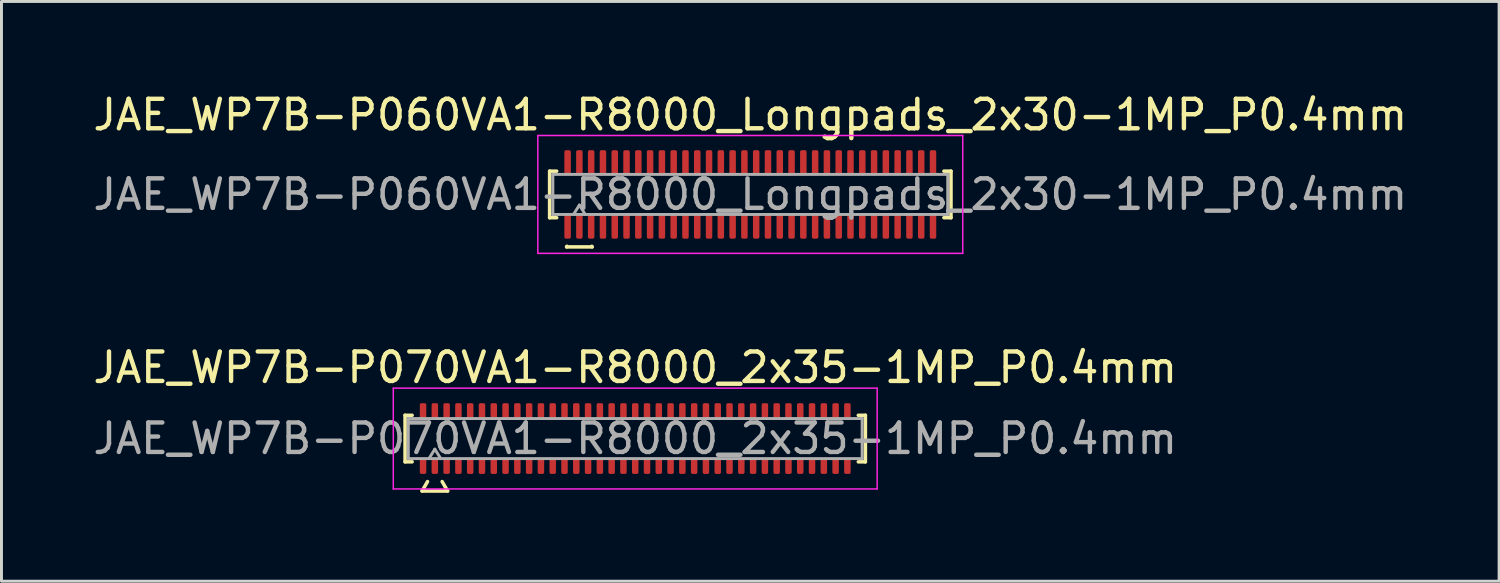
<source format=kicad_pcb>
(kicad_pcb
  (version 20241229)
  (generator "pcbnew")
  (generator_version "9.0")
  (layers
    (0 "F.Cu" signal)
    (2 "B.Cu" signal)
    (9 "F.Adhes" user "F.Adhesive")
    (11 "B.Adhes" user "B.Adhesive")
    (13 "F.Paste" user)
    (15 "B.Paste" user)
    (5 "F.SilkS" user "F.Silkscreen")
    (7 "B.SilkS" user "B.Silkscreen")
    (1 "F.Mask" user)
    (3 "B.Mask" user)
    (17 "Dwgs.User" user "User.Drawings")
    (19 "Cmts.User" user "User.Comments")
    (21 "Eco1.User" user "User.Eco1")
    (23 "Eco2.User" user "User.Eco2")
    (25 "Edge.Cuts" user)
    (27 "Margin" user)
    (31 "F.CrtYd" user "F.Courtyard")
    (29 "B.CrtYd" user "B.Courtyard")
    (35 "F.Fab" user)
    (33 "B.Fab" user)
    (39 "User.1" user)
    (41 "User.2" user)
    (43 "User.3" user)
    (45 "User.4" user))
  (footprint "JAE_WP7B-P070VA1-R8000_2x35-1MP_P0.4mm"
    (layer "F.Cu")
    (at 18.506 11.832)
    (property "Reference" "JAE_WP7B-P070VA1-R8000_2x35-1MP_P0.4mm" (at 0 -2.41 0) (layer "F.SilkS") (effects (font (size 1 1) (thickness 0.15))))
    (attr smd)
    (fp_line (start -7.81 -0.79) (end -7.57 -0.79) (stroke (width 0.12) (type solid)) (layer "F.SilkS"))
    (fp_line (start -7.81 0.79) (end -7.81 -0.79) (stroke (width 0.12) (type solid)) (layer "F.SilkS"))
    (fp_line (start -7.57 0.79) (end -7.81 0.79) (stroke (width 0.12) (type solid)) (layer "F.SilkS"))
    (fp_line (start -7.233 1.78) (end -7.048 1.46) (stroke (width 0.12) (type solid)) (layer "F.SilkS"))
    (fp_line (start -6.552 1.46) (end -6.367 1.78) (stroke (width 0.12) (type solid)) (layer "F.SilkS"))
    (fp_line (start -6.367 1.78) (end -7.233 1.78) (stroke (width 0.12) (type solid)) (layer "F.SilkS"))
    (fp_line (start 7.57 -0.79) (end 7.81 -0.79) (stroke (width 0.12) (type solid)) (layer "F.SilkS"))
    (fp_line (start 7.81 -0.79) (end 7.81 0.79) (stroke (width 0.12) (type solid)) (layer "F.SilkS"))
    (fp_line (start 7.81 0.79) (end 7.57 0.79) (stroke (width 0.12) (type solid)) (layer "F.SilkS"))
    (fp_line (start -8.21 -1.71) (end -8.21 1.71) (stroke (width 0.05) (type solid)) (layer "F.CrtYd"))
    (fp_line (start -8.21 1.71) (end 8.21 1.71) (stroke (width 0.05) (type solid)) (layer "F.CrtYd"))
    (fp_line (start 8.21 -1.71) (end -8.21 -1.71) (stroke (width 0.05) (type solid)) (layer "F.CrtYd"))
    (fp_line (start 8.21 1.71) (end 8.21 -1.71) (stroke (width 0.05) (type solid)) (layer "F.CrtYd"))
    (fp_line (start -7.7 -0.68) (end 7.7 -0.68) (stroke (width 0.1) (type solid)) (layer "F.Fab"))
    (fp_line (start -7.7 0.68) (end -7.7 -0.68) (stroke (width 0.1) (type solid)) (layer "F.Fab"))
    (fp_line (start -7 0.68) (end -6.8 0.36) (stroke (width 0.1) (type solid)) (layer "F.Fab"))
    (fp_line (start -6.8 0.36) (end -6.6 0.68) (stroke (width 0.1) (type solid)) (layer "F.Fab"))
    (fp_line (start 7.7 -0.68) (end 7.7 0.68) (stroke (width 0.1) (type solid)) (layer "F.Fab"))
    (fp_line (start 7.7 0.68) (end -7.7 0.68) (stroke (width 0.1) (type solid)) (layer "F.Fab"))
    (fp_text user "${REFERENCE}" (at 0 0 0) (layer "F.Fab") (effects (font (size 1 1) (thickness 0.15))))
    (pad "1" smd roundrect (at -6.8 0.925) (size 0.22 0.55) (layers "F.Cu" "F.Mask" "F.Paste") (roundrect_rratio 0.25))
    (pad "2" smd roundrect (at -6.8 -0.925) (size 0.22 0.55) (layers "F.Cu" "F.Mask" "F.Paste") (roundrect_rratio 0.25))
    (pad "3" smd roundrect (at -6.4 0.925) (size 0.22 0.55) (layers "F.Cu" "F.Mask" "F.Paste") (roundrect_rratio 0.25))
    (pad "4" smd roundrect (at -6.4 -0.925) (size 0.22 0.55) (layers "F.Cu" "F.Mask" "F.Paste") (roundrect_rratio 0.25))
    (pad "5" smd roundrect (at -6 0.925) (size 0.22 0.55) (layers "F.Cu" "F.Mask" "F.Paste") (roundrect_rratio 0.25))
    (pad "6" smd roundrect (at -6 -0.925) (size 0.22 0.55) (layers "F.Cu" "F.Mask" "F.Paste") (roundrect_rratio 0.25))
    (pad "7" smd roundrect (at -5.6 0.925) (size 0.22 0.55) (layers "F.Cu" "F.Mask" "F.Paste") (roundrect_rratio 0.25))
    (pad "8" smd roundrect (at -5.6 -0.925) (size 0.22 0.55) (layers "F.Cu" "F.Mask" "F.Paste") (roundrect_rratio 0.25))
    (pad "9" smd roundrect (at -5.2 0.925) (size 0.22 0.55) (layers "F.Cu" "F.Mask" "F.Paste") (roundrect_rratio 0.25))
    (pad "10" smd roundrect (at -5.2 -0.925) (size 0.22 0.55) (layers "F.Cu" "F.Mask" "F.Paste") (roundrect_rratio 0.25))
    (pad "11" smd roundrect (at -4.8 0.925) (size 0.22 0.55) (layers "F.Cu" "F.Mask" "F.Paste") (roundrect_rratio 0.25))
    (pad "12" smd roundrect (at -4.8 -0.925) (size 0.22 0.55) (layers "F.Cu" "F.Mask" "F.Paste") (roundrect_rratio 0.25))
    (pad "13" smd roundrect (at -4.4 0.925) (size 0.22 0.55) (layers "F.Cu" "F.Mask" "F.Paste") (roundrect_rratio 0.25))
    (pad "14" smd roundrect (at -4.4 -0.925) (size 0.22 0.55) (layers "F.Cu" "F.Mask" "F.Paste") (roundrect_rratio 0.25))
    (pad "15" smd roundrect (at -4 0.925) (size 0.22 0.55) (layers "F.Cu" "F.Mask" "F.Paste") (roundrect_rratio 0.25))
    (pad "16" smd roundrect (at -4 -0.925) (size 0.22 0.55) (layers "F.Cu" "F.Mask" "F.Paste") (roundrect_rratio 0.25))
    (pad "17" smd roundrect (at -3.6 0.925) (size 0.22 0.55) (layers "F.Cu" "F.Mask" "F.Paste") (roundrect_rratio 0.25))
    (pad "18" smd roundrect (at -3.6 -0.925) (size 0.22 0.55) (layers "F.Cu" "F.Mask" "F.Paste") (roundrect_rratio 0.25))
    (pad "19" smd roundrect (at -3.2 0.925) (size 0.22 0.55) (layers "F.Cu" "F.Mask" "F.Paste") (roundrect_rratio 0.25))
    (pad "20" smd roundrect (at -3.2 -0.925) (size 0.22 0.55) (layers "F.Cu" "F.Mask" "F.Paste") (roundrect_rratio 0.25))
    (pad "21" smd roundrect (at -2.8 0.925) (size 0.22 0.55) (layers "F.Cu" "F.Mask" "F.Paste") (roundrect_rratio 0.25))
    (pad "22" smd roundrect (at -2.8 -0.925) (size 0.22 0.55) (layers "F.Cu" "F.Mask" "F.Paste") (roundrect_rratio 0.25))
    (pad "23" smd roundrect (at -2.4 0.925) (size 0.22 0.55) (layers "F.Cu" "F.Mask" "F.Paste") (roundrect_rratio 0.25))
    (pad "24" smd roundrect (at -2.4 -0.925) (size 0.22 0.55) (layers "F.Cu" "F.Mask" "F.Paste") (roundrect_rratio 0.25))
    (pad "25" smd roundrect (at -2 0.925) (size 0.22 0.55) (layers "F.Cu" "F.Mask" "F.Paste") (roundrect_rratio 0.25))
    (pad "26" smd roundrect (at -2 -0.925) (size 0.22 0.55) (layers "F.Cu" "F.Mask" "F.Paste") (roundrect_rratio 0.25))
    (pad "27" smd roundrect (at -1.6 0.925) (size 0.22 0.55) (layers "F.Cu" "F.Mask" "F.Paste") (roundrect_rratio 0.25))
    (pad "28" smd roundrect (at -1.6 -0.925) (size 0.22 0.55) (layers "F.Cu" "F.Mask" "F.Paste") (roundrect_rratio 0.25))
    (pad "29" smd roundrect (at -1.2 0.925) (size 0.22 0.55) (layers "F.Cu" "F.Mask" "F.Paste") (roundrect_rratio 0.25))
    (pad "30" smd roundrect (at -1.2 -0.925) (size 0.22 0.55) (layers "F.Cu" "F.Mask" "F.Paste") (roundrect_rratio 0.25))
    (pad "31" smd roundrect (at -0.8 0.925) (size 0.22 0.55) (layers "F.Cu" "F.Mask" "F.Paste") (roundrect_rratio 0.25))
    (pad "32" smd roundrect (at -0.8 -0.925) (size 0.22 0.55) (layers "F.Cu" "F.Mask" "F.Paste") (roundrect_rratio 0.25))
    (pad "33" smd roundrect (at -0.4 0.925) (size 0.22 0.55) (layers "F.Cu" "F.Mask" "F.Paste") (roundrect_rratio 0.25))
    (pad "34" smd roundrect (at -0.4 -0.925) (size 0.22 0.55) (layers "F.Cu" "F.Mask" "F.Paste") (roundrect_rratio 0.25))
    (pad "35" smd roundrect (at 0 0.925) (size 0.22 0.55) (layers "F.Cu" "F.Mask" "F.Paste") (roundrect_rratio 0.25))
    (pad "36" smd roundrect (at 0 -0.925) (size 0.22 0.55) (layers "F.Cu" "F.Mask" "F.Paste") (roundrect_rratio 0.25))
    (pad "37" smd roundrect (at 0.4 0.925) (size 0.22 0.55) (layers "F.Cu" "F.Mask" "F.Paste") (roundrect_rratio 0.25))
    (pad "38" smd roundrect (at 0.4 -0.925) (size 0.22 0.55) (layers "F.Cu" "F.Mask" "F.Paste") (roundrect_rratio 0.25))
    (pad "39" smd roundrect (at 0.8 0.925) (size 0.22 0.55) (layers "F.Cu" "F.Mask" "F.Paste") (roundrect_rratio 0.25))
    (pad "40" smd roundrect (at 0.8 -0.925) (size 0.22 0.55) (layers "F.Cu" "F.Mask" "F.Paste") (roundrect_rratio 0.25))
    (pad "41" smd roundrect (at 1.2 0.925) (size 0.22 0.55) (layers "F.Cu" "F.Mask" "F.Paste") (roundrect_rratio 0.25))
    (pad "42" smd roundrect (at 1.2 -0.925) (size 0.22 0.55) (layers "F.Cu" "F.Mask" "F.Paste") (roundrect_rratio 0.25))
    (pad "43" smd roundrect (at 1.6 0.925) (size 0.22 0.55) (layers "F.Cu" "F.Mask" "F.Paste") (roundrect_rratio 0.25))
    (pad "44" smd roundrect (at 1.6 -0.925) (size 0.22 0.55) (layers "F.Cu" "F.Mask" "F.Paste") (roundrect_rratio 0.25))
    (pad "45" smd roundrect (at 2 0.925) (size 0.22 0.55) (layers "F.Cu" "F.Mask" "F.Paste") (roundrect_rratio 0.25))
    (pad "46" smd roundrect (at 2 -0.925) (size 0.22 0.55) (layers "F.Cu" "F.Mask" "F.Paste") (roundrect_rratio 0.25))
    (pad "47" smd roundrect (at 2.4 0.925) (size 0.22 0.55) (layers "F.Cu" "F.Mask" "F.Paste") (roundrect_rratio 0.25))
    (pad "48" smd roundrect (at 2.4 -0.925) (size 0.22 0.55) (layers "F.Cu" "F.Mask" "F.Paste") (roundrect_rratio 0.25))
    (pad "49" smd roundrect (at 2.8 0.925) (size 0.22 0.55) (layers "F.Cu" "F.Mask" "F.Paste") (roundrect_rratio 0.25))
    (pad "50" smd roundrect (at 2.8 -0.925) (size 0.22 0.55) (layers "F.Cu" "F.Mask" "F.Paste") (roundrect_rratio 0.25))
    (pad "51" smd roundrect (at 3.2 0.925) (size 0.22 0.55) (layers "F.Cu" "F.Mask" "F.Paste") (roundrect_rratio 0.25))
    (pad "52" smd roundrect (at 3.2 -0.925) (size 0.22 0.55) (layers "F.Cu" "F.Mask" "F.Paste") (roundrect_rratio 0.25))
    (pad "53" smd roundrect (at 3.6 0.925) (size 0.22 0.55) (layers "F.Cu" "F.Mask" "F.Paste") (roundrect_rratio 0.25))
    (pad "54" smd roundrect (at 3.6 -0.925) (size 0.22 0.55) (layers "F.Cu" "F.Mask" "F.Paste") (roundrect_rratio 0.25))
    (pad "55" smd roundrect (at 4 0.925) (size 0.22 0.55) (layers "F.Cu" "F.Mask" "F.Paste") (roundrect_rratio 0.25))
    (pad "56" smd roundrect (at 4 -0.925) (size 0.22 0.55) (layers "F.Cu" "F.Mask" "F.Paste") (roundrect_rratio 0.25))
    (pad "57" smd roundrect (at 4.4 0.925) (size 0.22 0.55) (layers "F.Cu" "F.Mask" "F.Paste") (roundrect_rratio 0.25))
    (pad "58" smd roundrect (at 4.4 -0.925) (size 0.22 0.55) (layers "F.Cu" "F.Mask" "F.Paste") (roundrect_rratio 0.25))
    (pad "59" smd roundrect (at 4.8 0.925) (size 0.22 0.55) (layers "F.Cu" "F.Mask" "F.Paste") (roundrect_rratio 0.25))
    (pad "60" smd roundrect (at 4.8 -0.925) (size 0.22 0.55) (layers "F.Cu" "F.Mask" "F.Paste") (roundrect_rratio 0.25))
    (pad "61" smd roundrect (at 5.2 0.925) (size 0.22 0.55) (layers "F.Cu" "F.Mask" "F.Paste") (roundrect_rratio 0.25))
    (pad "62" smd roundrect (at 5.2 -0.925) (size 0.22 0.55) (layers "F.Cu" "F.Mask" "F.Paste") (roundrect_rratio 0.25))
    (pad "63" smd roundrect (at 5.6 0.925) (size 0.22 0.55) (layers "F.Cu" "F.Mask" "F.Paste") (roundrect_rratio 0.25))
    (pad "64" smd roundrect (at 5.6 -0.925) (size 0.22 0.55) (layers "F.Cu" "F.Mask" "F.Paste") (roundrect_rratio 0.25))
    (pad "65" smd roundrect (at 6 0.925) (size 0.22 0.55) (layers "F.Cu" "F.Mask" "F.Paste") (roundrect_rratio 0.25))
    (pad "66" smd roundrect (at 6 -0.925) (size 0.22 0.55) (layers "F.Cu" "F.Mask" "F.Paste") (roundrect_rratio 0.25))
    (pad "67" smd roundrect (at 6.4 0.925) (size 0.22 0.55) (layers "F.Cu" "F.Mask" "F.Paste") (roundrect_rratio 0.25))
    (pad "68" smd roundrect (at 6.4 -0.925) (size 0.22 0.55) (layers "F.Cu" "F.Mask" "F.Paste") (roundrect_rratio 0.25))
    (pad "69" smd roundrect (at 6.8 0.925) (size 0.22 0.55) (layers "F.Cu" "F.Mask" "F.Paste") (roundrect_rratio 0.25))
    (pad "70" smd roundrect (at 6.8 -0.925) (size 0.22 0.55) (layers "F.Cu" "F.Mask" "F.Paste") (roundrect_rratio 0.25))
    (pad "MP" smd roundrect (at -7.2 -0.925) (size 0.22 0.55) (layers "F.Cu" "F.Mask" "F.Paste") (roundrect_rratio 0.25))
    (pad "MP" smd roundrect (at -7.2 0.925) (size 0.22 0.55) (layers "F.Cu" "F.Mask" "F.Paste") (roundrect_rratio 0.25))
    (pad "MP" smd roundrect (at 7.2 -0.925) (size 0.22 0.55) (layers "F.Cu" "F.Mask" "F.Paste") (roundrect_rratio 0.25))
    (pad "MP" smd roundrect (at 7.2 0.925) (size 0.22 0.55) (layers "F.Cu" "F.Mask" "F.Paste") (roundrect_rratio 0.25)))
  (footprint "JAE_WP7B-P060VA1-R8000_Longpads_2x30-1MP_P0.4mm"
    (layer "F.Cu")
    (at 22.411 3.548)
    (property "Reference" "JAE_WP7B-P060VA1-R8000_Longpads_2x30-1MP_P0.4mm" (at 0 -2.7 0) (layer "F.SilkS") (effects (font (size 1 1) (thickness 0.15))))
    (attr smd)
    (fp_line (start -6.81 -0.79) (end -6.57 -0.79) (stroke (width 0.12) (type solid)) (layer "F.SilkS"))
    (fp_line (start -6.81 0.79) (end -6.81 -0.79) (stroke (width 0.12) (type solid)) (layer "F.SilkS"))
    (fp_line (start -6.57 0.79) (end -6.81 0.79) (stroke (width 0.12) (type solid)) (layer "F.SilkS"))
    (fp_line (start -6.233 1.78) (end -6.221 1.76) (stroke (width 0.12) (type solid)) (layer "F.SilkS"))
    (fp_line (start -5.379 1.76) (end -5.367 1.78) (stroke (width 0.12) (type solid)) (layer "F.SilkS"))
    (fp_line (start -5.367 1.78) (end -6.233 1.78) (stroke (width 0.12) (type solid)) (layer "F.SilkS"))
    (fp_line (start 6.57 -0.79) (end 6.81 -0.79) (stroke (width 0.12) (type solid)) (layer "F.SilkS"))
    (fp_line (start 6.81 -0.79) (end 6.81 0.79) (stroke (width 0.12) (type solid)) (layer "F.SilkS"))
    (fp_line (start 6.81 0.79) (end 6.57 0.79) (stroke (width 0.12) (type solid)) (layer "F.SilkS"))
    (fp_line (start -7.21 -2) (end -7.21 2) (stroke (width 0.05) (type solid)) (layer "F.CrtYd"))
    (fp_line (start -7.21 2) (end 7.21 2) (stroke (width 0.05) (type solid)) (layer "F.CrtYd"))
    (fp_line (start 7.21 -2) (end -7.21 -2) (stroke (width 0.05) (type solid)) (layer "F.CrtYd"))
    (fp_line (start 7.21 2) (end 7.21 -2) (stroke (width 0.05) (type solid)) (layer "F.CrtYd"))
    (fp_line (start -6.7 -0.68) (end 6.7 -0.68) (stroke (width 0.1) (type solid)) (layer "F.Fab"))
    (fp_line (start -6.7 0.68) (end -6.7 -0.68) (stroke (width 0.1) (type solid)) (layer "F.Fab"))
    (fp_line (start -6 0.68) (end -5.8 0.36) (stroke (width 0.1) (type solid)) (layer "F.Fab"))
    (fp_line (start -5.8 0.36) (end -5.6 0.68) (stroke (width 0.1) (type solid)) (layer "F.Fab"))
    (fp_line (start 6.7 -0.68) (end 6.7 0.68) (stroke (width 0.1) (type solid)) (layer "F.Fab"))
    (fp_line (start 6.7 0.68) (end -6.7 0.68) (stroke (width 0.1) (type solid)) (layer "F.Fab"))
    (fp_text user "${REFERENCE}" (at 0 0 0) (layer "F.Fab") (effects (font (size 1 1) (thickness 0.15))))
    (pad "1" smd roundrect (at -5.8 1.075) (size 0.22 0.85) (layers "F.Cu" "F.Mask" "F.Paste") (roundrect_rratio 0.25))
    (pad "2" smd roundrect (at -5.8 -1.075) (size 0.22 0.85) (layers "F.Cu" "F.Mask" "F.Paste") (roundrect_rratio 0.25))
    (pad "3" smd roundrect (at -5.4 1.075) (size 0.22 0.85) (layers "F.Cu" "F.Mask" "F.Paste") (roundrect_rratio 0.25))
    (pad "4" smd roundrect (at -5.4 -1.075) (size 0.22 0.85) (layers "F.Cu" "F.Mask" "F.Paste") (roundrect_rratio 0.25))
    (pad "5" smd roundrect (at -5 1.075) (size 0.22 0.85) (layers "F.Cu" "F.Mask" "F.Paste") (roundrect_rratio 0.25))
    (pad "6" smd roundrect (at -5 -1.075) (size 0.22 0.85) (layers "F.Cu" "F.Mask" "F.Paste") (roundrect_rratio 0.25))
    (pad "7" smd roundrect (at -4.6 1.075) (size 0.22 0.85) (layers "F.Cu" "F.Mask" "F.Paste") (roundrect_rratio 0.25))
    (pad "8" smd roundrect (at -4.6 -1.075) (size 0.22 0.85) (layers "F.Cu" "F.Mask" "F.Paste") (roundrect_rratio 0.25))
    (pad "9" smd roundrect (at -4.2 1.075) (size 0.22 0.85) (layers "F.Cu" "F.Mask" "F.Paste") (roundrect_rratio 0.25))
    (pad "10" smd roundrect (at -4.2 -1.075) (size 0.22 0.85) (layers "F.Cu" "F.Mask" "F.Paste") (roundrect_rratio 0.25))
    (pad "11" smd roundrect (at -3.8 1.075) (size 0.22 0.85) (layers "F.Cu" "F.Mask" "F.Paste") (roundrect_rratio 0.25))
    (pad "12" smd roundrect (at -3.8 -1.075) (size 0.22 0.85) (layers "F.Cu" "F.Mask" "F.Paste") (roundrect_rratio 0.25))
    (pad "13" smd roundrect (at -3.4 1.075) (size 0.22 0.85) (layers "F.Cu" "F.Mask" "F.Paste") (roundrect_rratio 0.25))
    (pad "14" smd roundrect (at -3.4 -1.075) (size 0.22 0.85) (layers "F.Cu" "F.Mask" "F.Paste") (roundrect_rratio 0.25))
    (pad "15" smd roundrect (at -3 1.075) (size 0.22 0.85) (layers "F.Cu" "F.Mask" "F.Paste") (roundrect_rratio 0.25))
    (pad "16" smd roundrect (at -3 -1.075) (size 0.22 0.85) (layers "F.Cu" "F.Mask" "F.Paste") (roundrect_rratio 0.25))
    (pad "17" smd roundrect (at -2.6 1.075) (size 0.22 0.85) (layers "F.Cu" "F.Mask" "F.Paste") (roundrect_rratio 0.25))
    (pad "18" smd roundrect (at -2.6 -1.075) (size 0.22 0.85) (layers "F.Cu" "F.Mask" "F.Paste") (roundrect_rratio 0.25))
    (pad "19" smd roundrect (at -2.2 1.075) (size 0.22 0.85) (layers "F.Cu" "F.Mask" "F.Paste") (roundrect_rratio 0.25))
    (pad "20" smd roundrect (at -2.2 -1.075) (size 0.22 0.85) (layers "F.Cu" "F.Mask" "F.Paste") (roundrect_rratio 0.25))
    (pad "21" smd roundrect (at -1.8 1.075) (size 0.22 0.85) (layers "F.Cu" "F.Mask" "F.Paste") (roundrect_rratio 0.25))
    (pad "22" smd roundrect (at -1.8 -1.075) (size 0.22 0.85) (layers "F.Cu" "F.Mask" "F.Paste") (roundrect_rratio 0.25))
    (pad "23" smd roundrect (at -1.4 1.075) (size 0.22 0.85) (layers "F.Cu" "F.Mask" "F.Paste") (roundrect_rratio 0.25))
    (pad "24" smd roundrect (at -1.4 -1.075) (size 0.22 0.85) (layers "F.Cu" "F.Mask" "F.Paste") (roundrect_rratio 0.25))
    (pad "25" smd roundrect (at -1 1.075) (size 0.22 0.85) (layers "F.Cu" "F.Mask" "F.Paste") (roundrect_rratio 0.25))
    (pad "26" smd roundrect (at -1 -1.075) (size 0.22 0.85) (layers "F.Cu" "F.Mask" "F.Paste") (roundrect_rratio 0.25))
    (pad "27" smd roundrect (at -0.6 1.075) (size 0.22 0.85) (layers "F.Cu" "F.Mask" "F.Paste") (roundrect_rratio 0.25))
    (pad "28" smd roundrect (at -0.6 -1.075) (size 0.22 0.85) (layers "F.Cu" "F.Mask" "F.Paste") (roundrect_rratio 0.25))
    (pad "29" smd roundrect (at -0.2 1.075) (size 0.22 0.85) (layers "F.Cu" "F.Mask" "F.Paste") (roundrect_rratio 0.25))
    (pad "30" smd roundrect (at -0.2 -1.075) (size 0.22 0.85) (layers "F.Cu" "F.Mask" "F.Paste") (roundrect_rratio 0.25))
    (pad "31" smd roundrect (at 0.2 1.075) (size 0.22 0.85) (layers "F.Cu" "F.Mask" "F.Paste") (roundrect_rratio 0.25))
    (pad "32" smd roundrect (at 0.2 -1.075) (size 0.22 0.85) (layers "F.Cu" "F.Mask" "F.Paste") (roundrect_rratio 0.25))
    (pad "33" smd roundrect (at 0.6 1.075) (size 0.22 0.85) (layers "F.Cu" "F.Mask" "F.Paste") (roundrect_rratio 0.25))
    (pad "34" smd roundrect (at 0.6 -1.075) (size 0.22 0.85) (layers "F.Cu" "F.Mask" "F.Paste") (roundrect_rratio 0.25))
    (pad "35" smd roundrect (at 1 1.075) (size 0.22 0.85) (layers "F.Cu" "F.Mask" "F.Paste") (roundrect_rratio 0.25))
    (pad "36" smd roundrect (at 1 -1.075) (size 0.22 0.85) (layers "F.Cu" "F.Mask" "F.Paste") (roundrect_rratio 0.25))
    (pad "37" smd roundrect (at 1.4 1.075) (size 0.22 0.85) (layers "F.Cu" "F.Mask" "F.Paste") (roundrect_rratio 0.25))
    (pad "38" smd roundrect (at 1.4 -1.075) (size 0.22 0.85) (layers "F.Cu" "F.Mask" "F.Paste") (roundrect_rratio 0.25))
    (pad "39" smd roundrect (at 1.8 1.075) (size 0.22 0.85) (layers "F.Cu" "F.Mask" "F.Paste") (roundrect_rratio 0.25))
    (pad "40" smd roundrect (at 1.8 -1.075) (size 0.22 0.85) (layers "F.Cu" "F.Mask" "F.Paste") (roundrect_rratio 0.25))
    (pad "41" smd roundrect (at 2.2 1.075) (size 0.22 0.85) (layers "F.Cu" "F.Mask" "F.Paste") (roundrect_rratio 0.25))
    (pad "42" smd roundrect (at 2.2 -1.075) (size 0.22 0.85) (layers "F.Cu" "F.Mask" "F.Paste") (roundrect_rratio 0.25))
    (pad "43" smd roundrect (at 2.6 1.075) (size 0.22 0.85) (layers "F.Cu" "F.Mask" "F.Paste") (roundrect_rratio 0.25))
    (pad "44" smd roundrect (at 2.6 -1.075) (size 0.22 0.85) (layers "F.Cu" "F.Mask" "F.Paste") (roundrect_rratio 0.25))
    (pad "45" smd roundrect (at 3 1.075) (size 0.22 0.85) (layers "F.Cu" "F.Mask" "F.Paste") (roundrect_rratio 0.25))
    (pad "46" smd roundrect (at 3 -1.075) (size 0.22 0.85) (layers "F.Cu" "F.Mask" "F.Paste") (roundrect_rratio 0.25))
    (pad "47" smd roundrect (at 3.4 1.075) (size 0.22 0.85) (layers "F.Cu" "F.Mask" "F.Paste") (roundrect_rratio 0.25))
    (pad "48" smd roundrect (at 3.4 -1.075) (size 0.22 0.85) (layers "F.Cu" "F.Mask" "F.Paste") (roundrect_rratio 0.25))
    (pad "49" smd roundrect (at 3.8 1.075) (size 0.22 0.85) (layers "F.Cu" "F.Mask" "F.Paste") (roundrect_rratio 0.25))
    (pad "50" smd roundrect (at 3.8 -1.075) (size 0.22 0.85) (layers "F.Cu" "F.Mask" "F.Paste") (roundrect_rratio 0.25))
    (pad "51" smd roundrect (at 4.2 1.075) (size 0.22 0.85) (layers "F.Cu" "F.Mask" "F.Paste") (roundrect_rratio 0.25))
    (pad "52" smd roundrect (at 4.2 -1.075) (size 0.22 0.85) (layers "F.Cu" "F.Mask" "F.Paste") (roundrect_rratio 0.25))
    (pad "53" smd roundrect (at 4.6 1.075) (size 0.22 0.85) (layers "F.Cu" "F.Mask" "F.Paste") (roundrect_rratio 0.25))
    (pad "54" smd roundrect (at 4.6 -1.075) (size 0.22 0.85) (layers "F.Cu" "F.Mask" "F.Paste") (roundrect_rratio 0.25))
    (pad "55" smd roundrect (at 5 1.075) (size 0.22 0.85) (layers "F.Cu" "F.Mask" "F.Paste") (roundrect_rratio 0.25))
    (pad "56" smd roundrect (at 5 -1.075) (size 0.22 0.85) (layers "F.Cu" "F.Mask" "F.Paste") (roundrect_rratio 0.25))
    (pad "57" smd roundrect (at 5.4 1.075) (size 0.22 0.85) (layers "F.Cu" "F.Mask" "F.Paste") (roundrect_rratio 0.25))
    (pad "58" smd roundrect (at 5.4 -1.075) (size 0.22 0.85) (layers "F.Cu" "F.Mask" "F.Paste") (roundrect_rratio 0.25))
    (pad "59" smd roundrect (at 5.8 1.075) (size 0.22 0.85) (layers "F.Cu" "F.Mask" "F.Paste") (roundrect_rratio 0.25))
    (pad "60" smd roundrect (at 5.8 -1.075) (size 0.22 0.85) (layers "F.Cu" "F.Mask" "F.Paste") (roundrect_rratio 0.25))
    (pad "MP" smd roundrect (at -6.2 -1.075) (size 0.22 0.85) (layers "F.Cu" "F.Mask" "F.Paste") (roundrect_rratio 0.25))
    (pad "MP" smd roundrect (at -6.2 1.075) (size 0.22 0.85) (layers "F.Cu" "F.Mask" "F.Paste") (roundrect_rratio 0.25))
    (pad "MP" smd roundrect (at 6.2 -1.075) (size 0.22 0.85) (layers "F.Cu" "F.Mask" "F.Paste") (roundrect_rratio 0.25))
    (pad "MP" smd roundrect (at 6.2 1.075) (size 0.22 0.85) (layers "F.Cu" "F.Mask" "F.Paste") (roundrect_rratio 0.25)))
  (gr_rect
    (start -3 -3)
    (end 47.821 16.672)
    (stroke (width 0.1) (type default))
    (fill no)
    (layer "Edge.Cuts")))
</source>
